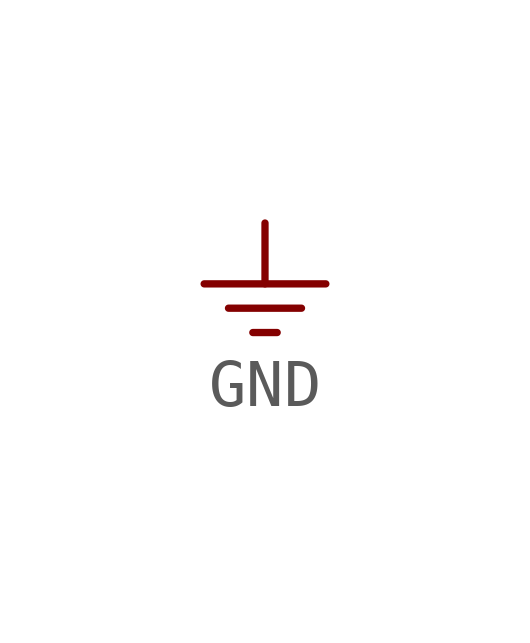
<source format=kicad_sym>
(kicad_symbol_lib
  (version 20231120)
  (generator "kicad_symbol_editor")
  (generator_version "8.0")
  (symbol "GND"
    (power)
    (pin_names
      (offset 0))
    (property "Reference" "#PWR"
      (at 0 -1.27 0)
      (effects (font (size 0.762 0.762)) (hide yes)))
    (property "Footprint" ""
      (at 0 0 0)
      (effects (font (size 1.524 1.524))))
    (property "Datasheet" ""
      (at 0 0 0)
      (effects (font (size 1.524 1.524))))
    (symbol "GND_0_1"
      (polyline (pts (xy -1.27 -1.27) (xy 1.27 -1.27)) (stroke (width 0) (type solid)) (fill (type none)))
      (polyline (pts (xy -0.254 -2.286) (xy 0.254 -2.286)) (stroke (width 0) (type solid)) (fill (type none)))
      (polyline (pts (xy 0 0) (xy 0 -1.27)) (stroke (width 0) (type solid)) (fill (type none)))
      (polyline (pts (xy -0.508 -1.778) (xy -0.762 -1.778) (xy 0.762 -1.778)) (stroke (width 0) (type solid)) (fill (type none))))
    (symbol "GND_1_1"
      (pin power_in line (at 0 0 90) (length 0) hide (name "GND" (effects (font (size 0.762 0.762)))) (number "1" (effects (font (size 0.762 0.762))))))))
</source>
